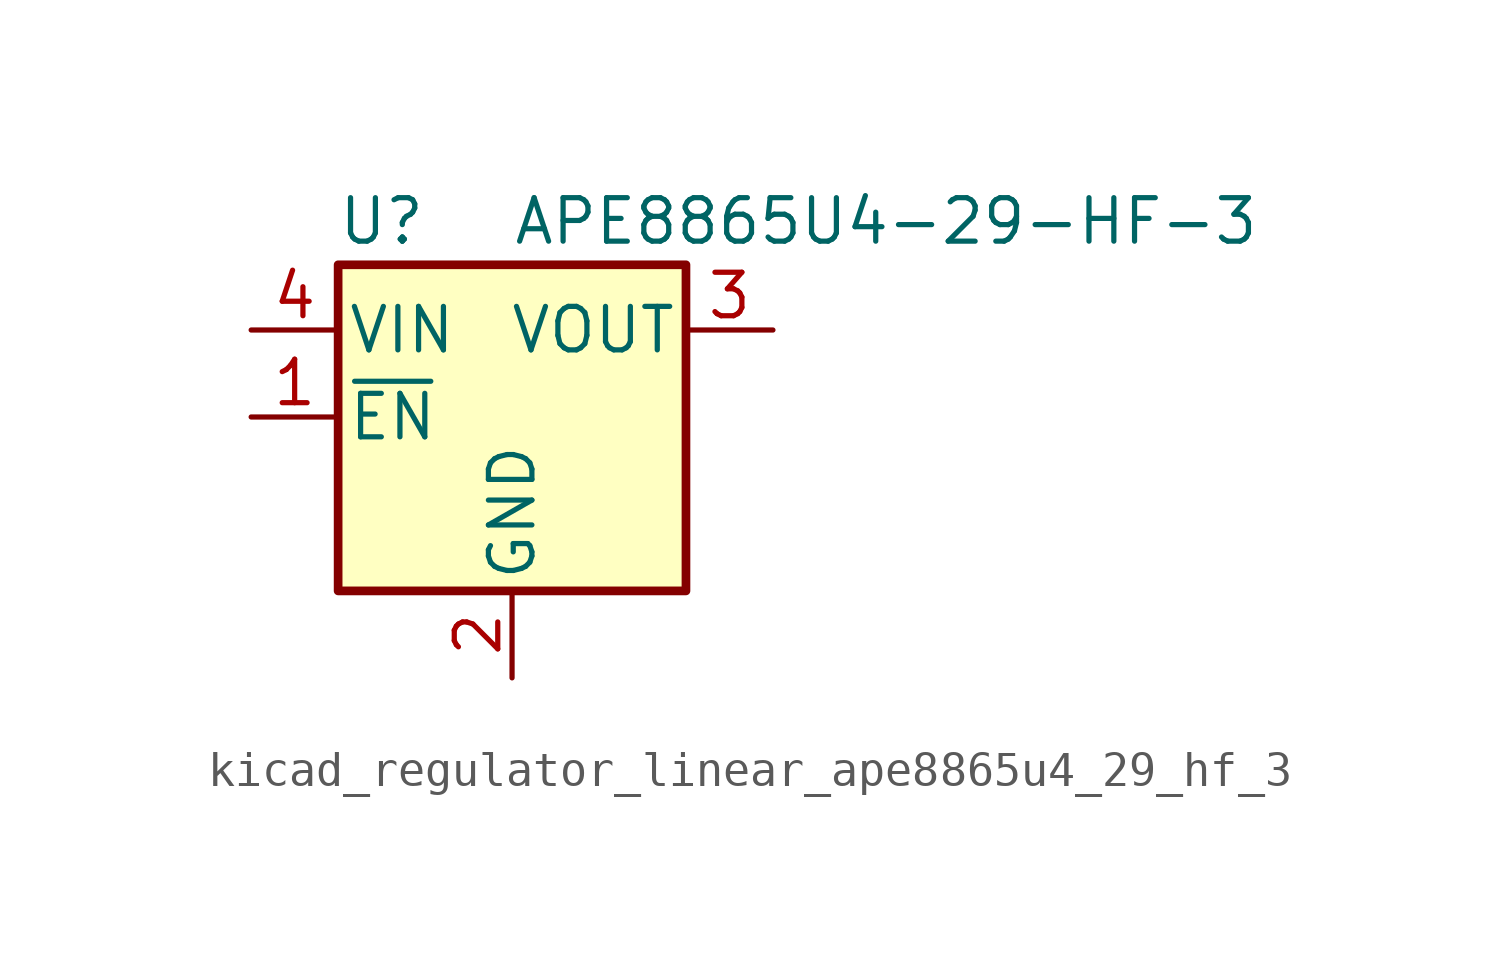
<source format=kicad_sym>
(kicad_symbol_lib
  (version 20220914)
  (generator kicad_symbol_editor)
  (symbol "kicad_regulator_linear_ape8865u4_29_hf_3"
    (pin_names
      (offset 0.254))
    (property "Reference" "U"
      (at -3.81 5.715 0)
      (effects (font (size 1.27 1.27))))
    (property "Value" "APE8865U4-29-HF-3"
      (at 0 5.715 0)
      (effects (font (size 1.27 1.27)) (justify left)))
    (symbol "kicad_regulator_linear_ape8865u4_29_hf_3_0_1"
      (rectangle (start -5.08 4.445) (end 5.08 -5.08) (stroke (width 0.254) (type default)) (fill (type background))))
    (symbol "kicad_regulator_linear_ape8865u4_29_hf_3_1_1"
      (pin input line (at -7.62 0 0) (length 2.54) (name "~{EN}" (effects (font (size 1.27 1.27)))) (number "1" (effects (font (size 1.27 1.27)))))
      (pin power_in line (at 0 -7.62 90) (length 2.54) (name "GND" (effects (font (size 1.27 1.27)))) (number "2" (effects (font (size 1.27 1.27)))))
      (pin power_out line (at 7.62 2.54 180) (length 2.54) (name "VOUT" (effects (font (size 1.27 1.27)))) (number "3" (effects (font (size 1.27 1.27)))))
      (pin power_in line (at -7.62 2.54 0) (length 2.54) (name "VIN" (effects (font (size 1.27 1.27)))) (number "4" (effects (font (size 1.27 1.27))))))))
</source>
